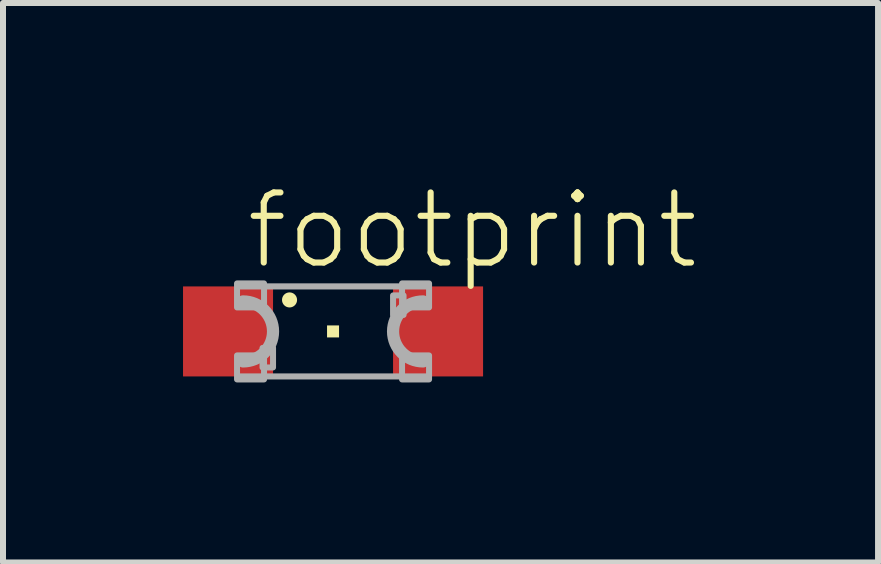
<source format=kicad_pcb>
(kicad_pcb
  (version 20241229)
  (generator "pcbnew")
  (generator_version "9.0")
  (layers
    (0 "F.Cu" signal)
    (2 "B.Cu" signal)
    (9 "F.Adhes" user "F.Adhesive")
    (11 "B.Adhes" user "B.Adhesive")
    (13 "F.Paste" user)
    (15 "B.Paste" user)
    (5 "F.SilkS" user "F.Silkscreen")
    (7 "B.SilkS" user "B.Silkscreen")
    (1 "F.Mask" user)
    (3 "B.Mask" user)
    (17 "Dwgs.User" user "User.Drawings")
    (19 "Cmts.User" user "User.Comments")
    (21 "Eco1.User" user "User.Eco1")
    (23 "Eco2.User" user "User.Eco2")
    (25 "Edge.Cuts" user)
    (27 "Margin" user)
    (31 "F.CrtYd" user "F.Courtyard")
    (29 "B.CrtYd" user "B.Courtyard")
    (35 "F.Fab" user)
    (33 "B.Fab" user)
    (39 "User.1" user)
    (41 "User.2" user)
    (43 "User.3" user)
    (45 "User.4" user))
  (footprint "footprint"
    (layer "F.Cu")
    (at 2.5 2.473)
    (property "Reference" "footprint" (at -1.5 -1 0) (layer "F.SilkS") (effects (font (size 1.168 1.168) (thickness 0.102)) (justify left bottom)))
    (fp_circle (center -0.725 -0.525) (end -0.662 -0.525) (stroke (width 0.125) (type solid)) (fill yes) (layer "F.SilkS"))
    (fp_poly (pts (xy -0.1 0.1) (xy 0.1 0.1) (xy 0.1 -0.1) (xy -0.1 -0.1)) (stroke (width 0) (type solid)) (fill yes) (layer "F.SilkS"))
    (fp_line (start -1.55 -0.75) (end 1.55 -0.75) (stroke (width 0.102) (type solid)) (layer "F.Fab"))
    (fp_line (start 1.55 0.75) (end -1.55 0.75) (stroke (width 0.102) (type solid)) (layer "F.Fab"))
    (fp_arc (start -1.5 -0.5) (mid -1 0) (end -1.5 0.5) (stroke (width 0.2032) (type solid)) (layer "F.Fab"))
    (fp_arc (start 1.5 0.5) (mid 1 0) (end 1.5 -0.5) (stroke (width 0.2032) (type solid)) (layer "F.Fab"))
    (fp_poly (pts (xy -1.6 -0.4) (xy -1.15 -0.4) (xy -1.15 -0.8) (xy -1.6 -0.8)) (stroke (width 0.1) (type solid)) (fill no) (layer "F.Fab"))
    (fp_poly (pts (xy -1.6 0.8) (xy -1.15 0.8) (xy -1.15 0.4) (xy -1.6 0.4)) (stroke (width 0.1) (type solid)) (fill no) (layer "F.Fab"))
    (fp_poly (pts (xy -1.175 0.6) (xy -1 0.6) (xy -1 0.275) (xy -1.175 0.275)) (stroke (width 0.1) (type solid)) (fill no) (layer "F.Fab"))
    (fp_poly (pts (xy 1.175 -0.6) (xy 1 -0.6) (xy 1 -0.275) (xy 1.175 -0.275)) (stroke (width 0.1) (type solid)) (fill no) (layer "F.Fab"))
    (fp_poly (pts (xy 1.6 -0.8) (xy 1.15 -0.8) (xy 1.15 -0.4) (xy 1.6 -0.4)) (stroke (width 0.1) (type solid)) (fill no) (layer "F.Fab"))
    (fp_poly (pts (xy 1.6 0.4) (xy 1.15 0.4) (xy 1.15 0.8) (xy 1.6 0.8)) (stroke (width 0.1) (type solid)) (fill no) (layer "F.Fab"))
    (pad "A" smd rect (at 1.75 0) (size 1.5 1.5) (layers "F.Cu" "F.Mask" "F.Paste"))
    (pad "C" smd rect (at -1.75 0) (size 1.5 1.5) (layers "F.Cu" "F.Mask" "F.Paste")))
  (gr_rect
    (start -3 -3)
    (end 11.582 6.323)
    (stroke (width 0.1) (type default))
    (fill no)
    (layer "Edge.Cuts")))
</source>
